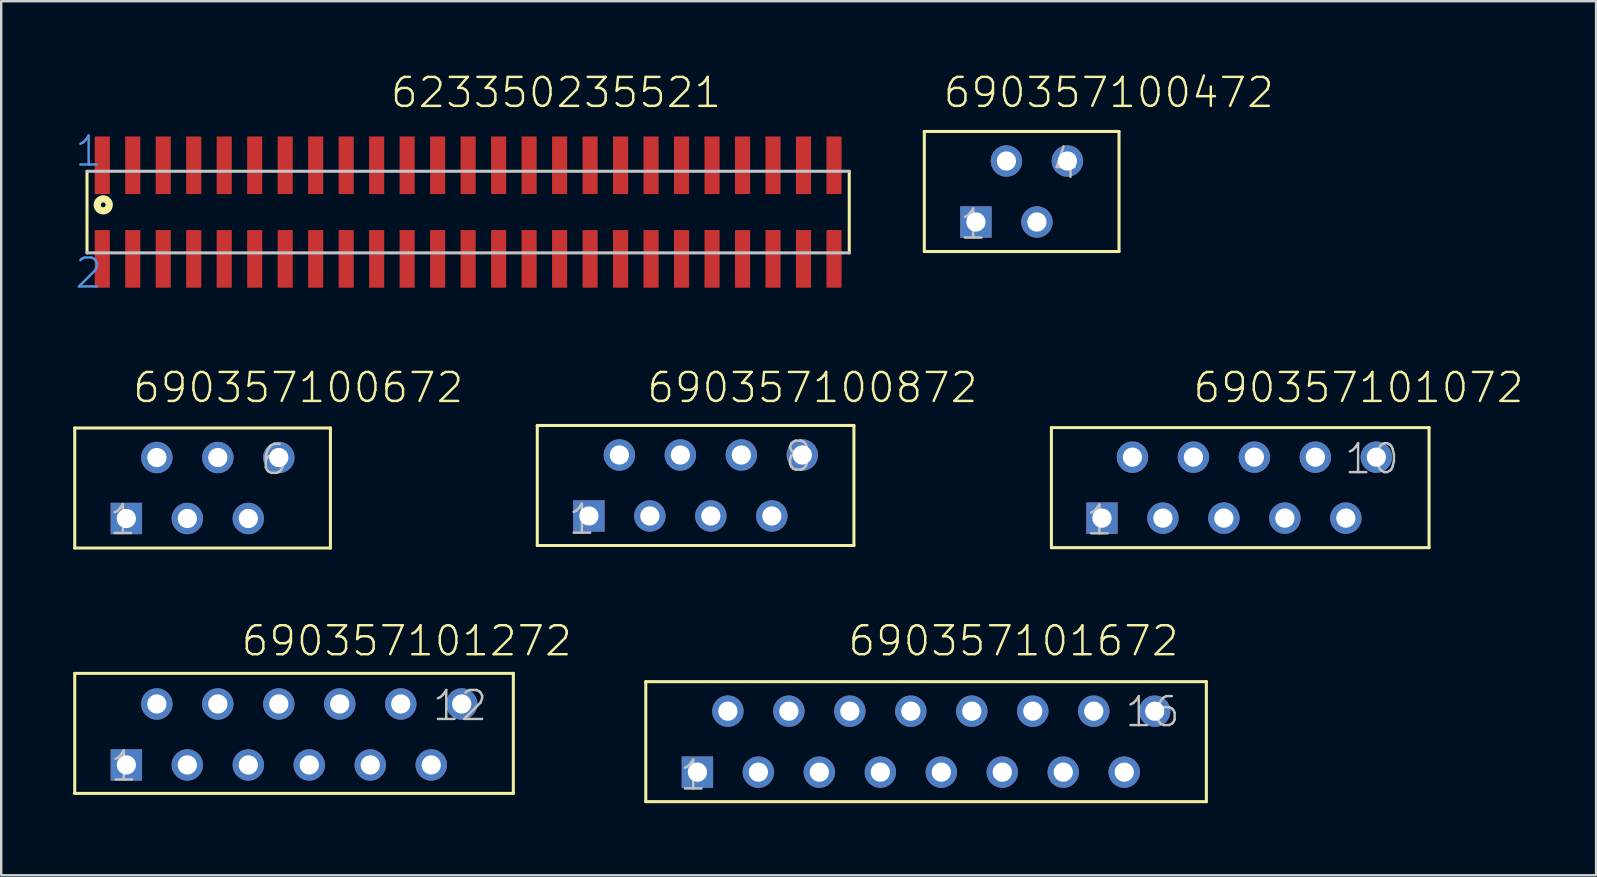
<source format=kicad_pcb>
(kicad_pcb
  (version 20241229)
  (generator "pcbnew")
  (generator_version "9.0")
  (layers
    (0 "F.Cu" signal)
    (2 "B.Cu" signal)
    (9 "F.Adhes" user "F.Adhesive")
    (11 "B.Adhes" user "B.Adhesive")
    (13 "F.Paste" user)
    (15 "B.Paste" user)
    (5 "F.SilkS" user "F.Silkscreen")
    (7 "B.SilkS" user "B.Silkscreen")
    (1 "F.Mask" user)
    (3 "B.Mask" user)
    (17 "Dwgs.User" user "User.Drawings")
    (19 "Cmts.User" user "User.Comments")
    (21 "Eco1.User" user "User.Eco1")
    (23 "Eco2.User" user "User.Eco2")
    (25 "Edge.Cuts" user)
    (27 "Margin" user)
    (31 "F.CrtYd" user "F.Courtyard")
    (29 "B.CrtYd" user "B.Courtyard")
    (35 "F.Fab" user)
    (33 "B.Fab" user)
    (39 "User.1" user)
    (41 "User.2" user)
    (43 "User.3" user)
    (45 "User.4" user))
  (footprint "623350235521"
    (layer "F.Cu")
    (at 16.45 5.784)
    (property "Reference" "623350235521" (at -3.298 -4.272 0) (layer "F.SilkS") (effects (font (size 1.206 1.206) (thickness 0.102)) (justify left bottom)))
    (attr through_hole)
    (fp_line (start -15.875 -1.7) (end -15.875 1.7) (stroke (width 0.127) (type solid)) (layer "F.SilkS"))
    (fp_line (start 15.875 1.7) (end 15.875 -1.7) (stroke (width 0.127) (type solid)) (layer "F.SilkS"))
    (fp_circle (center -15.2 -0.3) (end -15.1 -0.3) (stroke (width 0.3) (type solid)) (fill no) (layer "F.SilkS"))
    (fp_line (start -15.875 1.7) (end 15.875 1.7) (stroke (width 0.127) (type solid)) (layer "Dwgs.User"))
    (fp_line (start 15.875 -1.7) (end -15.875 -1.7) (stroke (width 0.127) (type solid)) (layer "Dwgs.User"))
    (fp_text user "2" (at -16.45 3.25 0) (layer "Cmts.User") (effects (font (size 1.206 1.206) (thickness 0.102)) (justify left bottom)))
    (fp_text user "1" (at -16.45 -1.83 0) (layer "Cmts.User") (effects (font (size 1.206 1.206) (thickness 0.102)) (justify left bottom)))
    (pad "1" smd rect (at -15.24 -1.95) (size 0.63 2.4) (layers "F.Cu" "F.Mask" "F.Paste"))
    (pad "2" smd rect (at -15.24 1.95) (size 0.63 2.4) (layers "F.Cu" "F.Mask" "F.Paste"))
    (pad "3" smd rect (at -13.97 -1.95) (size 0.63 2.4) (layers "F.Cu" "F.Mask" "F.Paste"))
    (pad "4" smd rect (at -13.97 1.95) (size 0.63 2.4) (layers "F.Cu" "F.Mask" "F.Paste"))
    (pad "5" smd rect (at -12.7 1.95) (size 0.63 2.4) (layers "F.Cu" "F.Mask" "F.Paste"))
    (pad "6" smd rect (at -12.7 -1.95) (size 0.63 2.4) (layers "F.Cu" "F.Mask" "F.Paste"))
    (pad "7" smd rect (at -11.43 -1.95) (size 0.63 2.4) (layers "F.Cu" "F.Mask" "F.Paste"))
    (pad "8" smd rect (at -11.43 1.95) (size 0.63 2.4) (layers "F.Cu" "F.Mask" "F.Paste"))
    (pad "9" smd rect (at -10.16 -1.95) (size 0.63 2.4) (layers "F.Cu" "F.Mask" "F.Paste"))
    (pad "10" smd rect (at -10.16 1.95) (size 0.63 2.4) (layers "F.Cu" "F.Mask" "F.Paste"))
    (pad "11" smd rect (at -8.89 1.95) (size 0.63 2.4) (layers "F.Cu" "F.Mask" "F.Paste"))
    (pad "12" smd rect (at -8.89 -1.95) (size 0.63 2.4) (layers "F.Cu" "F.Mask" "F.Paste"))
    (pad "13" smd rect (at -7.62 -1.95) (size 0.63 2.4) (layers "F.Cu" "F.Mask" "F.Paste"))
    (pad "14" smd rect (at -7.62 1.95) (size 0.63 2.4) (layers "F.Cu" "F.Mask" "F.Paste"))
    (pad "15" smd rect (at -6.35 1.95) (size 0.63 2.4) (layers "F.Cu" "F.Mask" "F.Paste"))
    (pad "16" smd rect (at -6.35 -1.95) (size 0.63 2.4) (layers "F.Cu" "F.Mask" "F.Paste"))
    (pad "17" smd rect (at -5.08 -1.95) (size 0.63 2.4) (layers "F.Cu" "F.Mask" "F.Paste"))
    (pad "18" smd rect (at -5.08 1.95) (size 0.63 2.4) (layers "F.Cu" "F.Mask" "F.Paste"))
    (pad "19" smd rect (at -3.81 -1.95) (size 0.63 2.4) (layers "F.Cu" "F.Mask" "F.Paste"))
    (pad "20" smd rect (at -3.81 1.95) (size 0.63 2.4) (layers "F.Cu" "F.Mask" "F.Paste"))
    (pad "21" smd rect (at -2.54 1.95) (size 0.63 2.4) (layers "F.Cu" "F.Mask" "F.Paste"))
    (pad "22" smd rect (at -2.54 -1.95) (size 0.63 2.4) (layers "F.Cu" "F.Mask" "F.Paste"))
    (pad "23" smd rect (at -1.27 -1.95) (size 0.63 2.4) (layers "F.Cu" "F.Mask" "F.Paste"))
    (pad "24" smd rect (at -1.27 1.95) (size 0.63 2.4) (layers "F.Cu" "F.Mask" "F.Paste"))
    (pad "25" smd rect (at 0 -1.95) (size 0.63 2.4) (layers "F.Cu" "F.Mask" "F.Paste"))
    (pad "26" smd rect (at 0 1.95) (size 0.63 2.4) (layers "F.Cu" "F.Mask" "F.Paste"))
    (pad "27" smd rect (at 1.27 -1.95) (size 0.63 2.4) (layers "F.Cu" "F.Mask" "F.Paste"))
    (pad "28" smd rect (at 1.27 1.95) (size 0.63 2.4) (layers "F.Cu" "F.Mask" "F.Paste"))
    (pad "29" smd rect (at 2.54 -1.95) (size 0.63 2.4) (layers "F.Cu" "F.Mask" "F.Paste"))
    (pad "30" smd rect (at 2.54 1.95) (size 0.63 2.4) (layers "F.Cu" "F.Mask" "F.Paste"))
    (pad "31" smd rect (at 3.81 1.95) (size 0.63 2.4) (layers "F.Cu" "F.Mask" "F.Paste"))
    (pad "32" smd rect (at 3.81 -1.95) (size 0.63 2.4) (layers "F.Cu" "F.Mask" "F.Paste"))
    (pad "33" smd rect (at 5.08 -1.95) (size 0.63 2.4) (layers "F.Cu" "F.Mask" "F.Paste"))
    (pad "34" smd rect (at 5.08 1.95) (size 0.63 2.4) (layers "F.Cu" "F.Mask" "F.Paste"))
    (pad "35" smd rect (at 6.35 -1.95) (size 0.63 2.4) (layers "F.Cu" "F.Mask" "F.Paste"))
    (pad "36" smd rect (at 6.35 1.95) (size 0.63 2.4) (layers "F.Cu" "F.Mask" "F.Paste"))
    (pad "37" smd rect (at 7.62 -1.95) (size 0.63 2.4) (layers "F.Cu" "F.Mask" "F.Paste"))
    (pad "38" smd rect (at 7.62 1.95) (size 0.63 2.4) (layers "F.Cu" "F.Mask" "F.Paste"))
    (pad "39" smd rect (at 8.89 -1.95) (size 0.63 2.4) (layers "F.Cu" "F.Mask" "F.Paste"))
    (pad "40" smd rect (at 8.89 1.95) (size 0.63 2.4) (layers "F.Cu" "F.Mask" "F.Paste"))
    (pad "41" smd rect (at 10.16 -1.95) (size 0.63 2.4) (layers "F.Cu" "F.Mask" "F.Paste"))
    (pad "42" smd rect (at 10.16 1.95) (size 0.63 2.4) (layers "F.Cu" "F.Mask" "F.Paste"))
    (pad "43" smd rect (at 11.43 1.95) (size 0.63 2.4) (layers "F.Cu" "F.Mask" "F.Paste"))
    (pad "44" smd rect (at 11.43 -1.95) (size 0.63 2.4) (layers "F.Cu" "F.Mask" "F.Paste"))
    (pad "45" smd rect (at 12.7 -1.95) (size 0.63 2.4) (layers "F.Cu" "F.Mask" "F.Paste"))
    (pad "46" smd rect (at 12.7 1.95) (size 0.63 2.4) (layers "F.Cu" "F.Mask" "F.Paste"))
    (pad "47" smd rect (at 13.97 -1.95) (size 0.63 2.4) (layers "F.Cu" "F.Mask" "F.Paste"))
    (pad "48" smd rect (at 13.97 1.95) (size 0.63 2.4) (layers "F.Cu" "F.Mask" "F.Paste"))
    (pad "49" smd rect (at 15.24 -1.95) (size 0.63 2.4) (layers "F.Cu" "F.Mask" "F.Paste"))
    (pad "50" smd rect (at 15.24 1.95) (size 0.63 2.4) (layers "F.Cu" "F.Mask" "F.Paste")))
  (footprint "690357101272"
    (layer "F.Cu")
    (at 9.198 27.499)
    (property "Reference" "690357101272" (at -2.264 -3.146 0) (layer "F.SilkS") (effects (font (size 1.206 1.206) (thickness 0.102)) (justify left bottom)))
    (attr through_hole)
    (fp_line (start -9.135 -2.5) (end -9.135 2.5) (stroke (width 0.127) (type solid)) (layer "F.SilkS"))
    (fp_line (start -9.135 2.5) (end 9.135 2.5) (stroke (width 0.127) (type solid)) (layer "F.SilkS"))
    (fp_line (start 9.135 -2.5) (end -9.135 -2.5) (stroke (width 0.127) (type solid)) (layer "F.SilkS"))
    (fp_line (start 9.135 2.5) (end 9.135 -2.5) (stroke (width 0.127) (type solid)) (layer "F.SilkS"))
    (fp_text user "1" (at -6.45 0.66 0) (layer "Dwgs.User") (effects (font (size 1.206 1.206) (thickness 0.102)) (justify right top)))
    (fp_text user "12" (at 8.13 -1.86 0) (layer "Dwgs.User") (effects (font (size 1.206 1.206) (thickness 0.102)) (justify right top)))
    (pad "1" thru_hole rect (at -6.985 1.315 180) (size 1.308 1.308) (drill 0.8) (layers "*.Cu" "*.Mask"))
    (pad "2" thru_hole circle (at -5.715 -1.225 180) (size 1.308 1.308) (drill 0.8) (layers "*.Cu" "*.Mask"))
    (pad "3" thru_hole circle (at -4.445 1.315 180) (size 1.308 1.308) (drill 0.8) (layers "*.Cu" "*.Mask"))
    (pad "4" thru_hole circle (at -3.175 -1.225 180) (size 1.308 1.308) (drill 0.8) (layers "*.Cu" "*.Mask"))
    (pad "5" thru_hole circle (at -1.905 1.315 180) (size 1.308 1.308) (drill 0.8) (layers "*.Cu" "*.Mask"))
    (pad "6" thru_hole circle (at -0.635 -1.225 180) (size 1.308 1.308) (drill 0.8) (layers "*.Cu" "*.Mask"))
    (pad "7" thru_hole circle (at 0.635 1.315 180) (size 1.308 1.308) (drill 0.8) (layers "*.Cu" "*.Mask"))
    (pad "8" thru_hole circle (at 1.905 -1.225 180) (size 1.308 1.308) (drill 0.8) (layers "*.Cu" "*.Mask"))
    (pad "9" thru_hole circle (at 3.175 1.315 180) (size 1.308 1.308) (drill 0.8) (layers "*.Cu" "*.Mask"))
    (pad "10" thru_hole circle (at 4.445 -1.225 180) (size 1.308 1.308) (drill 0.8) (layers "*.Cu" "*.Mask"))
    (pad "11" thru_hole circle (at 5.715 1.315 180) (size 1.308 1.308) (drill 0.8) (layers "*.Cu" "*.Mask"))
    (pad "12" thru_hole circle (at 6.985 -1.225 180) (size 1.308 1.308) (drill 0.8) (layers "*.Cu" "*.Mask")))
  (footprint "690357100472"
    (layer "F.Cu")
    (at 39.507 4.927)
    (property "Reference" "690357100472" (at -3.329 -3.416 0) (layer "F.SilkS") (effects (font (size 1.206 1.206) (thickness 0.102)) (justify left bottom)))
    (attr through_hole)
    (fp_line (start -4.055 -2.5) (end -4.055 2.5) (stroke (width 0.127) (type solid)) (layer "F.SilkS"))
    (fp_line (start -4.055 2.5) (end 4.055 2.5) (stroke (width 0.127) (type solid)) (layer "F.SilkS"))
    (fp_line (start 4.055 -2.5) (end -4.055 -2.5) (stroke (width 0.127) (type solid)) (layer "F.SilkS"))
    (fp_line (start 4.055 2.5) (end 4.055 -2.5) (stroke (width 0.127) (type solid)) (layer "F.SilkS"))
    (fp_text user "4" (at 2.445 -1.875 0) (layer "Dwgs.User") (effects (font (size 1.206 1.206) (thickness 0.102)) (justify right top)))
    (fp_text user "1" (at -1.38 0.66 0) (layer "Dwgs.User") (effects (font (size 1.206 1.206) (thickness 0.102)) (justify right top)))
    (pad "1" thru_hole rect (at -1.905 1.27 180) (size 1.308 1.308) (drill 0.8) (layers "*.Cu" "*.Mask"))
    (pad "2" thru_hole circle (at -0.635 -1.27 180) (size 1.308 1.308) (drill 0.8) (layers "*.Cu" "*.Mask"))
    (pad "3" thru_hole circle (at 0.635 1.27 180) (size 1.308 1.308) (drill 0.8) (layers "*.Cu" "*.Mask"))
    (pad "4" thru_hole circle (at 1.905 -1.27 180) (size 1.308 1.308) (drill 0.8) (layers "*.Cu" "*.Mask")))
  (footprint "690357100872"
    (layer "F.Cu")
    (at 25.925 17.173)
    (property "Reference" "690357100872" (at -2.094 -3.371 0) (layer "F.SilkS") (effects (font (size 1.206 1.206) (thickness 0.102)) (justify left bottom)))
    (attr through_hole)
    (fp_line (start -6.595 -2.5) (end -6.595 2.5) (stroke (width 0.127) (type solid)) (layer "F.SilkS"))
    (fp_line (start -6.595 2.5) (end 6.595 2.5) (stroke (width 0.127) (type solid)) (layer "F.SilkS"))
    (fp_line (start 6.595 -2.5) (end -6.595 -2.5) (stroke (width 0.127) (type solid)) (layer "F.SilkS"))
    (fp_line (start 6.595 2.5) (end 6.595 -2.5) (stroke (width 0.127) (type solid)) (layer "F.SilkS"))
    (fp_text user "1" (at -4.095 0.705 0) (layer "Dwgs.User") (effects (font (size 1.206 1.206) (thickness 0.102)) (justify right top)))
    (fp_text user "8" (at 4.92 -1.92 0) (layer "Dwgs.User") (effects (font (size 1.206 1.206) (thickness 0.102)) (justify right top)))
    (pad "1" thru_hole rect (at -4.445 1.27 180) (size 1.308 1.308) (drill 0.8) (layers "*.Cu" "*.Mask"))
    (pad "2" thru_hole circle (at -3.175 -1.27 180) (size 1.308 1.308) (drill 0.8) (layers "*.Cu" "*.Mask"))
    (pad "3" thru_hole circle (at -1.905 1.27 180) (size 1.308 1.308) (drill 0.8) (layers "*.Cu" "*.Mask"))
    (pad "4" thru_hole circle (at -0.635 -1.27 180) (size 1.308 1.308) (drill 0.8) (layers "*.Cu" "*.Mask"))
    (pad "5" thru_hole circle (at 0.635 1.27 180) (size 1.308 1.308) (drill 0.8) (layers "*.Cu" "*.Mask"))
    (pad "6" thru_hole circle (at 1.905 -1.27 180) (size 1.308 1.308) (drill 0.8) (layers "*.Cu" "*.Mask"))
    (pad "7" thru_hole circle (at 3.175 1.27 180) (size 1.308 1.308) (drill 0.8) (layers "*.Cu" "*.Mask"))
    (pad "8" thru_hole circle (at 4.445 -1.27 180) (size 1.308 1.308) (drill 0.8) (layers "*.Cu" "*.Mask")))
  (footprint "690357100672"
    (layer "F.Cu")
    (at 5.388 17.278)
    (property "Reference" "690357100672" (at -2.974 -3.476 0) (layer "F.SilkS") (effects (font (size 1.206 1.206) (thickness 0.102)) (justify left bottom)))
    (attr through_hole)
    (fp_line (start -5.325 -2.5) (end -5.325 2.5) (stroke (width 0.127) (type solid)) (layer "F.SilkS"))
    (fp_line (start -5.325 2.5) (end 5.325 2.5) (stroke (width 0.127) (type solid)) (layer "F.SilkS"))
    (fp_line (start 5.325 -2.5) (end -5.325 -2.5) (stroke (width 0.127) (type solid)) (layer "F.SilkS"))
    (fp_line (start 5.325 2.5) (end 5.325 -2.5) (stroke (width 0.127) (type solid)) (layer "F.SilkS"))
    (fp_text user "1" (at -2.68 0.615 0) (layer "Dwgs.User") (effects (font (size 1.206 1.206) (thickness 0.102)) (justify right top)))
    (fp_text user "6" (at 3.62 -1.89 0) (layer "Dwgs.User") (effects (font (size 1.206 1.206) (thickness 0.102)) (justify right top)))
    (pad "1" thru_hole rect (at -3.175 1.27 180) (size 1.308 1.308) (drill 0.8) (layers "*.Cu" "*.Mask"))
    (pad "2" thru_hole circle (at -1.905 -1.27 180) (size 1.308 1.308) (drill 0.8) (layers "*.Cu" "*.Mask"))
    (pad "3" thru_hole circle (at -0.635 1.27 180) (size 1.308 1.308) (drill 0.8) (layers "*.Cu" "*.Mask"))
    (pad "4" thru_hole circle (at 0.635 -1.27 180) (size 1.308 1.308) (drill 0.8) (layers "*.Cu" "*.Mask"))
    (pad "5" thru_hole circle (at 1.905 1.27 180) (size 1.308 1.308) (drill 0.8) (layers "*.Cu" "*.Mask"))
    (pad "6" thru_hole circle (at 3.175 -1.27 180) (size 1.308 1.308) (drill 0.8) (layers "*.Cu" "*.Mask")))
  (footprint "690357101072"
    (layer "F.Cu")
    (at 48.611 17.263)
    (property "Reference" "690357101072" (at -2.029 -3.461 0) (layer "F.SilkS") (effects (font (size 1.206 1.206) (thickness 0.102)) (justify left bottom)))
    (attr through_hole)
    (fp_line (start -7.865 -2.5) (end -7.865 2.5) (stroke (width 0.127) (type solid)) (layer "F.SilkS"))
    (fp_line (start -7.865 2.5) (end 7.865 2.5) (stroke (width 0.127) (type solid)) (layer "F.SilkS"))
    (fp_line (start 7.865 -2.5) (end -7.865 -2.5) (stroke (width 0.127) (type solid)) (layer "F.SilkS"))
    (fp_line (start 7.865 2.5) (end 7.865 -2.5) (stroke (width 0.127) (type solid)) (layer "F.SilkS"))
    (fp_text user "1" (at -5.225 0.645 0) (layer "Dwgs.User") (effects (font (size 1.206 1.206) (thickness 0.102)) (justify right top)))
    (fp_text user "10" (at 6.7 -1.905 0) (layer "Dwgs.User") (effects (font (size 1.206 1.206) (thickness 0.102)) (justify right top)))
    (pad "1" thru_hole rect (at -5.76 1.27 180) (size 1.308 1.308) (drill 0.8) (layers "*.Cu" "*.Mask"))
    (pad "2" thru_hole circle (at -4.49 -1.27 180) (size 1.308 1.308) (drill 0.8) (layers "*.Cu" "*.Mask"))
    (pad "3" thru_hole circle (at -3.22 1.27 180) (size 1.308 1.308) (drill 0.8) (layers "*.Cu" "*.Mask"))
    (pad "4" thru_hole circle (at -1.95 -1.27 180) (size 1.308 1.308) (drill 0.8) (layers "*.Cu" "*.Mask"))
    (pad "5" thru_hole circle (at -0.68 1.27 180) (size 1.308 1.308) (drill 0.8) (layers "*.Cu" "*.Mask"))
    (pad "6" thru_hole circle (at 0.59 -1.27 180) (size 1.308 1.308) (drill 0.8) (layers "*.Cu" "*.Mask"))
    (pad "7" thru_hole circle (at 1.86 1.27 180) (size 1.308 1.308) (drill 0.8) (layers "*.Cu" "*.Mask"))
    (pad "8" thru_hole circle (at 3.13 -1.27 180) (size 1.308 1.308) (drill 0.8) (layers "*.Cu" "*.Mask"))
    (pad "9" thru_hole circle (at 4.4 1.27 180) (size 1.308 1.308) (drill 0.8) (layers "*.Cu" "*.Mask"))
    (pad "10" thru_hole circle (at 5.67 -1.27 180) (size 1.308 1.308) (drill 0.8) (layers "*.Cu" "*.Mask")))
  (footprint "690357101672"
    (layer "F.Cu")
    (at 35.525 27.844)
    (property "Reference" "690357101672" (at -3.317 -3.491 0) (layer "F.SilkS") (effects (font (size 1.206 1.206) (thickness 0.102)) (justify left bottom)))
    (attr through_hole)
    (fp_line (start -11.675 -2.5) (end -11.675 2.5) (stroke (width 0.127) (type solid)) (layer "F.SilkS"))
    (fp_line (start -11.675 2.5) (end 11.675 2.5) (stroke (width 0.127) (type solid)) (layer "F.SilkS"))
    (fp_line (start 11.675 -2.5) (end -11.675 -2.5) (stroke (width 0.127) (type solid)) (layer "F.SilkS"))
    (fp_line (start 11.675 2.5) (end 11.675 -2.5) (stroke (width 0.127) (type solid)) (layer "F.SilkS"))
    (fp_text user "16" (at 10.65 -1.95 0) (layer "Dwgs.User") (effects (font (size 1.206 1.206) (thickness 0.102)) (justify right top)))
    (fp_text user "1" (at -9.06 0.69 0) (layer "Dwgs.User") (effects (font (size 1.206 1.206) (thickness 0.102)) (justify right top)))
    (pad "1" thru_hole rect (at -9.525 1.27 180) (size 1.308 1.308) (drill 0.8) (layers "*.Cu" "*.Mask"))
    (pad "2" thru_hole circle (at -8.255 -1.27 180) (size 1.308 1.308) (drill 0.8) (layers "*.Cu" "*.Mask"))
    (pad "3" thru_hole circle (at -6.985 1.27 180) (size 1.308 1.308) (drill 0.8) (layers "*.Cu" "*.Mask"))
    (pad "4" thru_hole circle (at -5.715 -1.27 180) (size 1.308 1.308) (drill 0.8) (layers "*.Cu" "*.Mask"))
    (pad "5" thru_hole circle (at -4.445 1.27 180) (size 1.308 1.308) (drill 0.8) (layers "*.Cu" "*.Mask"))
    (pad "6" thru_hole circle (at -3.175 -1.27 180) (size 1.308 1.308) (drill 0.8) (layers "*.Cu" "*.Mask"))
    (pad "7" thru_hole circle (at -1.905 1.27 180) (size 1.308 1.308) (drill 0.8) (layers "*.Cu" "*.Mask"))
    (pad "8" thru_hole circle (at -0.635 -1.27 180) (size 1.308 1.308) (drill 0.8) (layers "*.Cu" "*.Mask"))
    (pad "9" thru_hole circle (at 0.635 1.27 180) (size 1.308 1.308) (drill 0.8) (layers "*.Cu" "*.Mask"))
    (pad "10" thru_hole circle (at 1.905 -1.27 180) (size 1.308 1.308) (drill 0.8) (layers "*.Cu" "*.Mask"))
    (pad "11" thru_hole circle (at 3.175 1.27 180) (size 1.308 1.308) (drill 0.8) (layers "*.Cu" "*.Mask"))
    (pad "12" thru_hole circle (at 4.445 -1.27 180) (size 1.308 1.308) (drill 0.8) (layers "*.Cu" "*.Mask"))
    (pad "13" thru_hole circle (at 5.715 1.27 180) (size 1.308 1.308) (drill 0.8) (layers "*.Cu" "*.Mask"))
    (pad "14" thru_hole circle (at 6.985 -1.27 180) (size 1.308 1.308) (drill 0.8) (layers "*.Cu" "*.Mask"))
    (pad "15" thru_hole circle (at 8.255 1.27 180) (size 1.308 1.308) (drill 0.8) (layers "*.Cu" "*.Mask"))
    (pad "16" thru_hole circle (at 9.525 -1.27 180) (size 1.308 1.308) (drill 0.8) (layers "*.Cu" "*.Mask")))
  (gr_rect
    (start -3 -3)
    (end 63.434 33.408)
    (stroke (width 0.1) (type default))
    (fill no)
    (layer "Edge.Cuts")))
</source>
